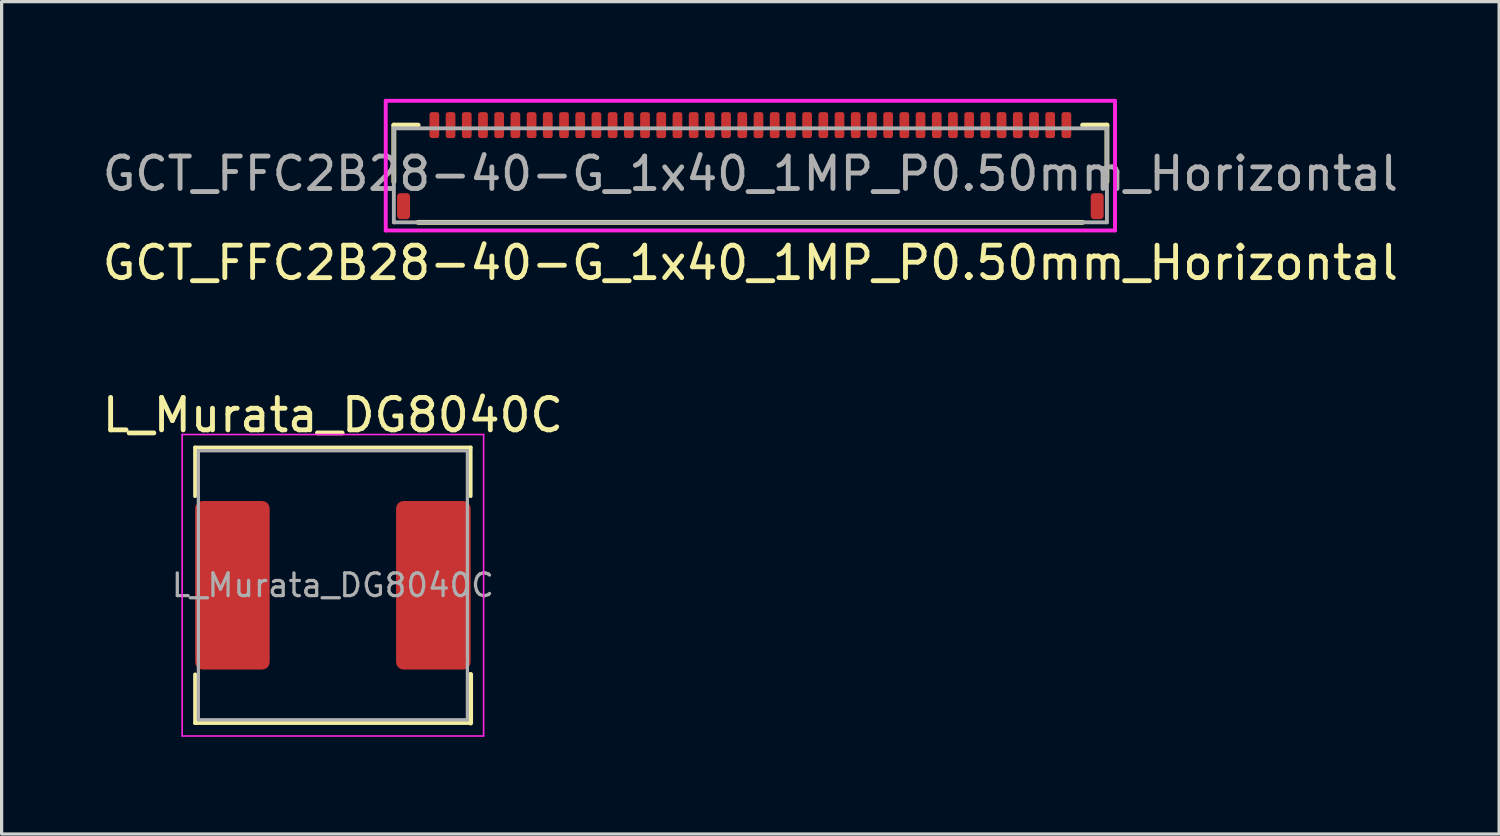
<source format=kicad_pcb>
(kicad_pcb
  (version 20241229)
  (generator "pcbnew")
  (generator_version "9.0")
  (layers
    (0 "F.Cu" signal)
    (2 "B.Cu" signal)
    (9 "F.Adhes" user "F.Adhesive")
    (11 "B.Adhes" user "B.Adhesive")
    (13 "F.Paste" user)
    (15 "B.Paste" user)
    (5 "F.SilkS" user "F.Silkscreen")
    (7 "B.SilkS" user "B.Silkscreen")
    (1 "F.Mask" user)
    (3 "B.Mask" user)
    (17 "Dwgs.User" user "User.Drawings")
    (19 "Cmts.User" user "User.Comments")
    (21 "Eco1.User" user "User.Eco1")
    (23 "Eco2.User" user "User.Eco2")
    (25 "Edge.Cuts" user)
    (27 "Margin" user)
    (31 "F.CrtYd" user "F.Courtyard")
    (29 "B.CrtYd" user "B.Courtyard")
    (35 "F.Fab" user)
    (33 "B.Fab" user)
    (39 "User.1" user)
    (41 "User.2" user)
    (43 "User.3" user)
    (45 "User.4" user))
  (footprint "GCT_FFC2B28-40-G_1x40_1MP_P0.50mm_Horizontal"
    (layer "F.Cu")
    (at 20.101 2.06)
    (property "Reference" "GCT_FFC2B28-40-G_1x40_1MP_P0.50mm_Horizontal" (at 0 3 0) (layer "F.SilkS") (effects (font (size 1 1) (thickness 0.15))))
    (attr through_hole)
    (fp_line (start -11 -1.25) (end -11 0.5) (stroke (width 0.15) (type solid)) (layer "F.SilkS"))
    (fp_line (start -10.25 -1.25) (end -11 -1.25) (stroke (width 0.15) (type solid)) (layer "F.SilkS"))
    (fp_line (start -10.25 1.75) (end 10.25 1.75) (stroke (width 0.15) (type solid)) (layer "F.SilkS"))
    (fp_line (start 10.25 -1.25) (end 11 -1.25) (stroke (width 0.15) (type solid)) (layer "F.SilkS"))
    (fp_line (start 11 -1.25) (end 11 0.5) (stroke (width 0.15) (type solid)) (layer "F.SilkS"))
    (fp_line (start -11.25 -2) (end 11.25 -2) (stroke (width 0.12) (type solid)) (layer "F.CrtYd"))
    (fp_line (start -11.25 2) (end -11.25 -2) (stroke (width 0.12) (type solid)) (layer "F.CrtYd"))
    (fp_line (start 11.25 -2) (end 11.25 2) (stroke (width 0.12) (type solid)) (layer "F.CrtYd"))
    (fp_line (start 11.25 2) (end -11.25 2) (stroke (width 0.12) (type solid)) (layer "F.CrtYd"))
    (fp_line (start -11 -1.15) (end -11 1.75) (stroke (width 0.12) (type solid)) (layer "F.Fab"))
    (fp_line (start -11 1.75) (end 11 1.75) (stroke (width 0.12) (type solid)) (layer "F.Fab"))
    (fp_line (start 11 -1.15) (end -11 -1.15) (stroke (width 0.12) (type solid)) (layer "F.Fab"))
    (fp_line (start 11 -1.15) (end 11 1.75) (stroke (width 0.12) (type solid)) (layer "F.Fab"))
    (fp_text user "${REFERENCE}" (at 0 0.25 0) (layer "F.Fab") (effects (font (size 1 1) (thickness 0.15))))
    (pad "1" smd roundrect (at -9.75 -1.25) (size 0.3 0.8) (layers "F.Cu" "F.Mask" "F.Paste") (roundrect_rratio 0.25))
    (pad "2" smd roundrect (at -9.25 -1.25) (size 0.3 0.8) (layers "F.Cu" "F.Mask" "F.Paste") (roundrect_rratio 0.25))
    (pad "3" smd roundrect (at -8.75 -1.25) (size 0.3 0.8) (layers "F.Cu" "F.Mask" "F.Paste") (roundrect_rratio 0.25))
    (pad "4" smd roundrect (at -8.25 -1.25) (size 0.3 0.8) (layers "F.Cu" "F.Mask" "F.Paste") (roundrect_rratio 0.25))
    (pad "5" smd roundrect (at -7.75 -1.25) (size 0.3 0.8) (layers "F.Cu" "F.Mask" "F.Paste") (roundrect_rratio 0.25))
    (pad "6" smd roundrect (at -7.25 -1.25) (size 0.3 0.8) (layers "F.Cu" "F.Mask" "F.Paste") (roundrect_rratio 0.25))
    (pad "7" smd roundrect (at -6.75 -1.25) (size 0.3 0.8) (layers "F.Cu" "F.Mask" "F.Paste") (roundrect_rratio 0.25))
    (pad "8" smd roundrect (at -6.25 -1.25) (size 0.3 0.8) (layers "F.Cu" "F.Mask" "F.Paste") (roundrect_rratio 0.25))
    (pad "9" smd roundrect (at -5.75 -1.25) (size 0.3 0.8) (layers "F.Cu" "F.Mask" "F.Paste") (roundrect_rratio 0.25))
    (pad "10" smd roundrect (at -5.25 -1.25) (size 0.3 0.8) (layers "F.Cu" "F.Mask" "F.Paste") (roundrect_rratio 0.25))
    (pad "11" smd roundrect (at -4.75 -1.25) (size 0.3 0.8) (layers "F.Cu" "F.Mask" "F.Paste") (roundrect_rratio 0.25))
    (pad "12" smd roundrect (at -4.25 -1.25) (size 0.3 0.8) (layers "F.Cu" "F.Mask" "F.Paste") (roundrect_rratio 0.25))
    (pad "13" smd roundrect (at -3.75 -1.25) (size 0.3 0.8) (layers "F.Cu" "F.Mask" "F.Paste") (roundrect_rratio 0.25))
    (pad "14" smd roundrect (at -3.25 -1.25) (size 0.3 0.8) (layers "F.Cu" "F.Mask" "F.Paste") (roundrect_rratio 0.25))
    (pad "15" smd roundrect (at -2.75 -1.25) (size 0.3 0.8) (layers "F.Cu" "F.Mask" "F.Paste") (roundrect_rratio 0.25))
    (pad "16" smd roundrect (at -2.25 -1.25) (size 0.3 0.8) (layers "F.Cu" "F.Mask" "F.Paste") (roundrect_rratio 0.25))
    (pad "17" smd roundrect (at -1.75 -1.25) (size 0.3 0.8) (layers "F.Cu" "F.Mask" "F.Paste") (roundrect_rratio 0.25))
    (pad "18" smd roundrect (at -1.25 -1.25) (size 0.3 0.8) (layers "F.Cu" "F.Mask" "F.Paste") (roundrect_rratio 0.25))
    (pad "19" smd roundrect (at -0.75 -1.25) (size 0.3 0.8) (layers "F.Cu" "F.Mask" "F.Paste") (roundrect_rratio 0.25))
    (pad "20" smd roundrect (at -0.25 -1.25) (size 0.3 0.8) (layers "F.Cu" "F.Mask" "F.Paste") (roundrect_rratio 0.25))
    (pad "21" smd roundrect (at 0.25 -1.25) (size 0.3 0.8) (layers "F.Cu" "F.Mask" "F.Paste") (roundrect_rratio 0.25))
    (pad "22" smd roundrect (at 0.75 -1.25) (size 0.3 0.8) (layers "F.Cu" "F.Mask" "F.Paste") (roundrect_rratio 0.25))
    (pad "23" smd roundrect (at 1.25 -1.25) (size 0.3 0.8) (layers "F.Cu" "F.Mask" "F.Paste") (roundrect_rratio 0.25))
    (pad "24" smd roundrect (at 1.75 -1.25) (size 0.3 0.8) (layers "F.Cu" "F.Mask" "F.Paste") (roundrect_rratio 0.25))
    (pad "25" smd roundrect (at 2.25 -1.25) (size 0.3 0.8) (layers "F.Cu" "F.Mask" "F.Paste") (roundrect_rratio 0.25))
    (pad "26" smd roundrect (at 2.75 -1.25) (size 0.3 0.8) (layers "F.Cu" "F.Mask" "F.Paste") (roundrect_rratio 0.25))
    (pad "27" smd roundrect (at 3.25 -1.25) (size 0.3 0.8) (layers "F.Cu" "F.Mask" "F.Paste") (roundrect_rratio 0.25))
    (pad "28" smd roundrect (at 3.75 -1.25) (size 0.3 0.8) (layers "F.Cu" "F.Mask" "F.Paste") (roundrect_rratio 0.25))
    (pad "29" smd roundrect (at 4.25 -1.25) (size 0.3 0.8) (layers "F.Cu" "F.Mask" "F.Paste") (roundrect_rratio 0.25))
    (pad "30" smd roundrect (at 4.75 -1.25) (size 0.3 0.8) (layers "F.Cu" "F.Mask" "F.Paste") (roundrect_rratio 0.25))
    (pad "31" smd roundrect (at 5.25 -1.25) (size 0.3 0.8) (layers "F.Cu" "F.Mask" "F.Paste") (roundrect_rratio 0.25))
    (pad "32" smd roundrect (at 5.75 -1.25) (size 0.3 0.8) (layers "F.Cu" "F.Mask" "F.Paste") (roundrect_rratio 0.25))
    (pad "33" smd roundrect (at 6.25 -1.25) (size 0.3 0.8) (layers "F.Cu" "F.Mask" "F.Paste") (roundrect_rratio 0.25))
    (pad "34" smd roundrect (at 6.75 -1.25) (size 0.3 0.8) (layers "F.Cu" "F.Mask" "F.Paste") (roundrect_rratio 0.25))
    (pad "35" smd roundrect (at 7.25 -1.25) (size 0.3 0.8) (layers "F.Cu" "F.Mask" "F.Paste") (roundrect_rratio 0.25))
    (pad "36" smd roundrect (at 7.75 -1.25) (size 0.3 0.8) (layers "F.Cu" "F.Mask" "F.Paste") (roundrect_rratio 0.25))
    (pad "37" smd roundrect (at 8.25 -1.25) (size 0.3 0.8) (layers "F.Cu" "F.Mask" "F.Paste") (roundrect_rratio 0.25))
    (pad "38" smd roundrect (at 8.75 -1.25) (size 0.3 0.8) (layers "F.Cu" "F.Mask" "F.Paste") (roundrect_rratio 0.25))
    (pad "39" smd roundrect (at 9.25 -1.25) (size 0.3 0.8) (layers "F.Cu" "F.Mask" "F.Paste") (roundrect_rratio 0.25))
    (pad "40" smd roundrect (at 9.75 -1.25) (size 0.3 0.8) (layers "F.Cu" "F.Mask" "F.Paste") (roundrect_rratio 0.25))
    (pad "MP" smd roundrect (at -10.7 1.25) (size 0.4 0.8) (layers "F.Cu" "F.Mask" "F.Paste") (roundrect_rratio 0.25))
    (pad "MP" smd roundrect (at 10.7 1.25) (size 0.4 0.8) (layers "F.Cu" "F.Mask" "F.Paste") (roundrect_rratio 0.25)))
  (footprint "L_Murata_DG8040C"
    (layer "F.Cu")
    (at 7.22 15.007)
    (property "Reference" "L_Murata_DG8040C" (at 0 -5.25 0) (layer "F.SilkS") (effects (font (size 1 1) (thickness 0.15))))
    (attr smd)
    (fp_line (start -4.25 -4.25) (end -4.25 -2.75) (stroke (width 0.12) (type solid)) (layer "F.SilkS"))
    (fp_line (start -4.25 -4.25) (end 4.25 -4.25) (stroke (width 0.12) (type solid)) (layer "F.SilkS"))
    (fp_line (start -4.25 2.75) (end -4.25 4.25) (stroke (width 0.12) (type solid)) (layer "F.SilkS"))
    (fp_line (start -4.25 4.25) (end 4.25 4.25) (stroke (width 0.12) (type solid)) (layer "F.SilkS"))
    (fp_line (start 4.25 -4.25) (end 4.25 -2.75) (stroke (width 0.12) (type solid)) (layer "F.SilkS"))
    (fp_line (start 4.25 2.75) (end 4.25 4.25) (stroke (width 0.15) (type solid)) (layer "F.SilkS"))
    (fp_line (start -4.65 -4.65) (end -4.65 4.65) (stroke (width 0.05) (type solid)) (layer "F.CrtYd"))
    (fp_line (start -4.65 -4.65) (end 4.65 -4.65) (stroke (width 0.05) (type solid)) (layer "F.CrtYd"))
    (fp_line (start -4.65 4.65) (end 4.65 4.65) (stroke (width 0.05) (type solid)) (layer "F.CrtYd"))
    (fp_line (start 4.65 -4.65) (end 4.65 4.65) (stroke (width 0.05) (type solid)) (layer "F.CrtYd"))
    (fp_line (start -4.15 -4.15) (end -4.15 4.15) (stroke (width 0.1) (type solid)) (layer "F.Fab"))
    (fp_line (start -4.15 -4.15) (end 4.15 -4.15) (stroke (width 0.1) (type solid)) (layer "F.Fab"))
    (fp_line (start -4.15 4.15) (end 4.15 4.15) (stroke (width 0.1) (type solid)) (layer "F.Fab"))
    (fp_line (start 4.15 -4.15) (end 4.15 4.15) (stroke (width 0.1) (type solid)) (layer "F.Fab"))
    (fp_text user "${REFERENCE}" (at 0 0 0) (layer "F.Fab") (effects (font (size 0.7 0.7) (thickness 0.1))))
    (pad "1" smd roundrect (at -3.1 0) (size 2.3 5.2) (layers "F.Cu" "F.Mask" "F.Paste") (roundrect_rratio 0.1))
    (pad "2" smd roundrect (at 3.1 0) (size 2.3 5.2) (layers "F.Cu" "F.Mask" "F.Paste") (roundrect_rratio 0.1)))
  (gr_rect
    (start -3 -3)
    (end 43.202 22.681)
    (stroke (width 0.1) (type default))
    (fill no)
    (layer "Edge.Cuts")))
</source>
